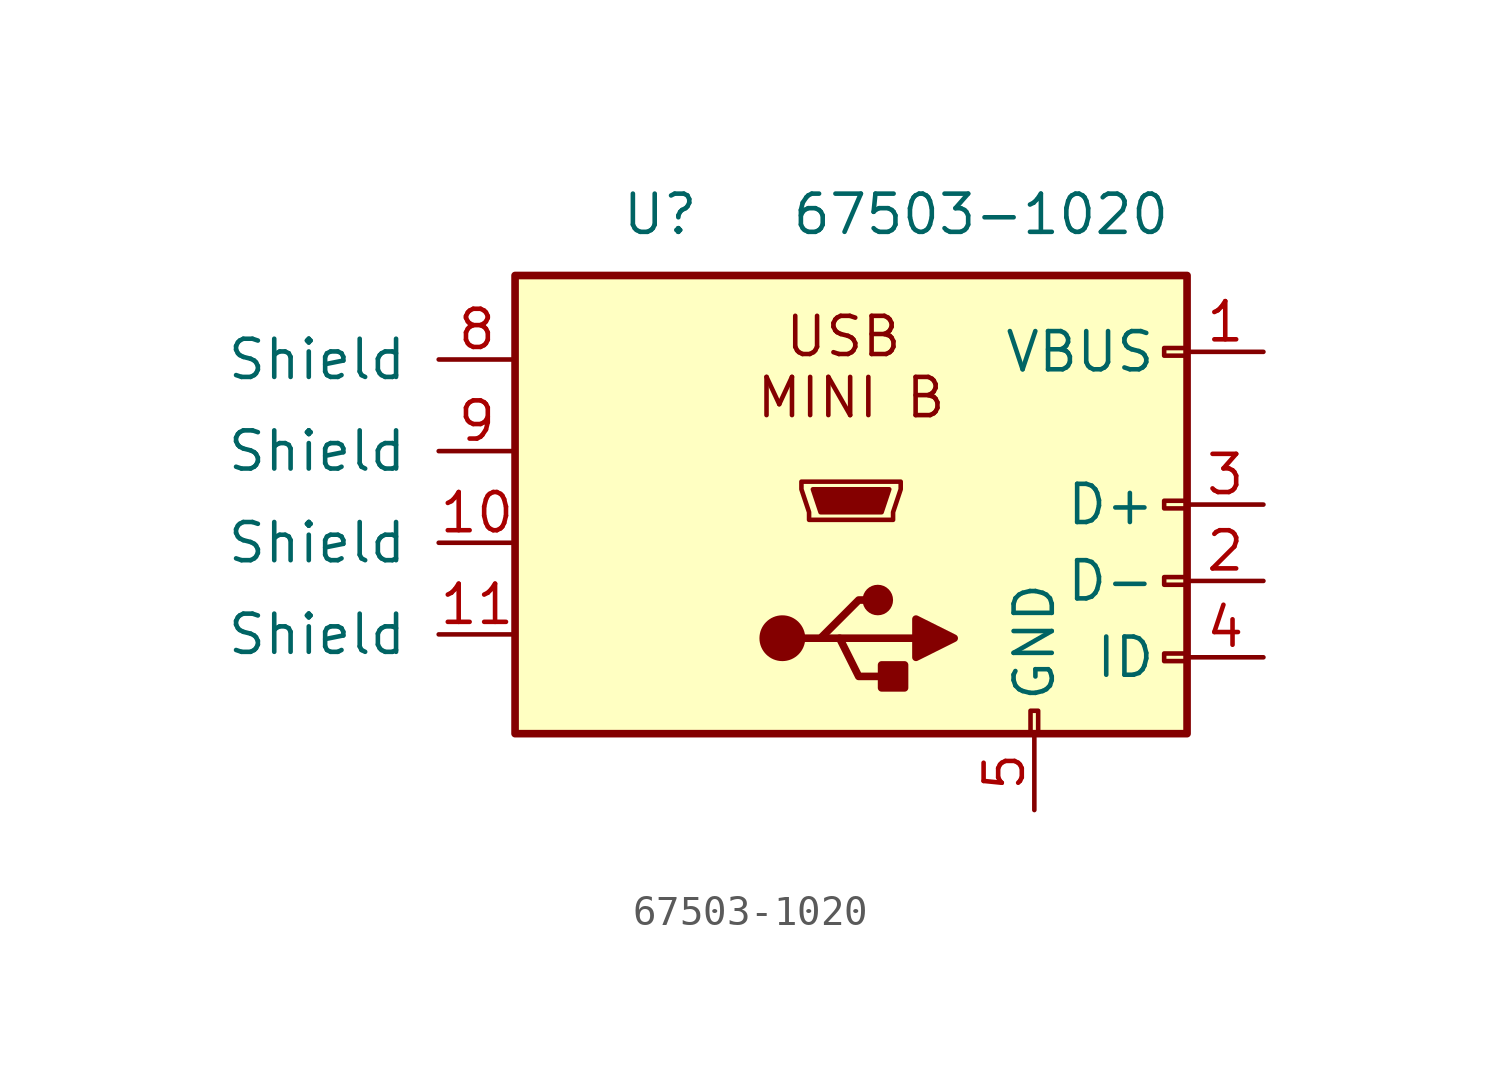
<source format=kicad_sym>
(kicad_symbol_lib
  (version 20231120)
  (generator "kicad_symbol_editor")
  (generator_version "8.0")
  (symbol "67503-1020"
    (pin_names
      (offset 1.016))
    (property "Reference" "U"
      (at -6.858 10.668 0)
      (effects (font (size 1.27 1.27))))
    (property "Value" "67503-1020"
      (at 3.81 10.668 0)
      (effects (font (size 1.27 1.27))))
    (symbol "67503-1020_0_0"
      (text "MINI B" (at -0.508 4.572 0) (effects (font (size 1.27 1.27))))
      (text "USB" (at -0.762 6.604 0) (effects (font (size 1.27 1.27)))))
    (symbol "67503-1020_1_1"
      (rectangle (start -11.684 -6.604) (end 10.668 8.636) (stroke (width 0.254) (type solid)) (fill (type background)))
      (circle (center -2.794 -3.429) (radius 0.635) (stroke (width 0.254) (type solid)) (fill (type outline)))
      (polyline (pts (xy -0.889 -3.429) (xy 1.651 -3.429)) (stroke (width 0.254) (type solid)) (fill (type none)))
      (polyline (pts (xy -2.159 -3.429) (xy -1.524 -3.429) (xy -0.254 -2.159) (xy 0.381 -2.159)) (stroke (width 0.254) (type solid)) (fill (type none)))
      (polyline (pts (xy -1.524 -3.429) (xy -0.889 -3.429) (xy -0.254 -4.699) (xy 1.016 -4.699)) (stroke (width 0.254) (type solid)) (fill (type none)))
      (polyline (pts (xy 1.651 -2.794) (xy 1.651 -4.064) (xy 2.921 -3.429) (xy 1.651 -2.794)) (stroke (width 0.254) (type solid)) (fill (type outline)))
      (polyline (pts (xy -1.778 1.524) (xy 0.762 1.524) (xy 0.508 0.762) (xy -1.524 0.762) (xy -1.778 1.524)) (stroke (width 0) (type solid)) (fill (type outline)))
      (polyline (pts (xy -2.159 1.778) (xy -2.159 1.524) (xy -1.905 0.762) (xy -1.905 0.508) (xy 0.889 0.508) (xy 0.889 0.762) (xy 1.143 1.524) (xy 1.143 1.778) (xy -2.159 1.778)) (stroke (width 0) (type solid)) (fill (type none)))
      (circle (center 0.381 -2.159) (radius 0.381) (stroke (width 0.254) (type solid)) (fill (type outline)))
      (rectangle (start 1.27 -4.318) (end 0.508 -5.08) (stroke (width 0.254) (type solid)) (fill (type outline)))
      (rectangle (start 5.461 -6.604) (end 5.715 -5.842) (stroke (width 0) (type solid)) (fill (type none)))
      (rectangle (start 10.668 -4.191) (end 9.906 -3.937) (stroke (width 0) (type solid)) (fill (type none)))
      (rectangle (start 10.668 -1.651) (end 9.906 -1.397) (stroke (width 0) (type solid)) (fill (type none)))
      (rectangle (start 10.668 0.889) (end 9.906 1.143) (stroke (width 0) (type solid)) (fill (type none)))
      (rectangle (start 10.668 5.969) (end 9.906 6.223) (stroke (width 0) (type solid)) (fill (type none)))
      (pin power_in line (at 13.208 6.096 180) (length 2.54) (name "VBUS" (effects (font (size 1.27 1.27)))) (number "1" (effects (font (size 1.27 1.27)))))
      (pin passive line (at -11.684 -0.254 180) (length 2.54) (name "Shield" (effects (font (size 1.27 1.27)))) (number "10" (effects (font (size 1.27 1.27)))))
      (pin passive line (at -11.684 -3.302 180) (length 2.54) (name "Shield" (effects (font (size 1.27 1.27)))) (number "11" (effects (font (size 1.27 1.27)))))
      (pin bidirectional line (at 13.208 -1.524 180) (length 2.54) (name "D-" (effects (font (size 1.27 1.27)))) (number "2" (effects (font (size 1.27 1.27)))))
      (pin bidirectional line (at 13.208 1.016 180) (length 2.54) (name "D+" (effects (font (size 1.27 1.27)))) (number "3" (effects (font (size 1.27 1.27)))))
      (pin passive line (at 13.208 -4.064 180) (length 2.54) (name "ID" (effects (font (size 1.27 1.27)))) (number "4" (effects (font (size 1.27 1.27)))))
      (pin passive line (at 5.588 -9.144 90) (length 2.54) (name "GND" (effects (font (size 1.27 1.27)))) (number "5" (effects (font (size 1.27 1.27)))))
      (pin passive line (at -11.684 5.842 180) (length 2.54) (name "Shield" (effects (font (size 1.27 1.27)))) (number "8" (effects (font (size 1.27 1.27)))))
      (pin passive line (at -11.684 2.794 180) (length 2.54) (name "Shield" (effects (font (size 1.27 1.27)))) (number "9" (effects (font (size 1.27 1.27))))))))
</source>
